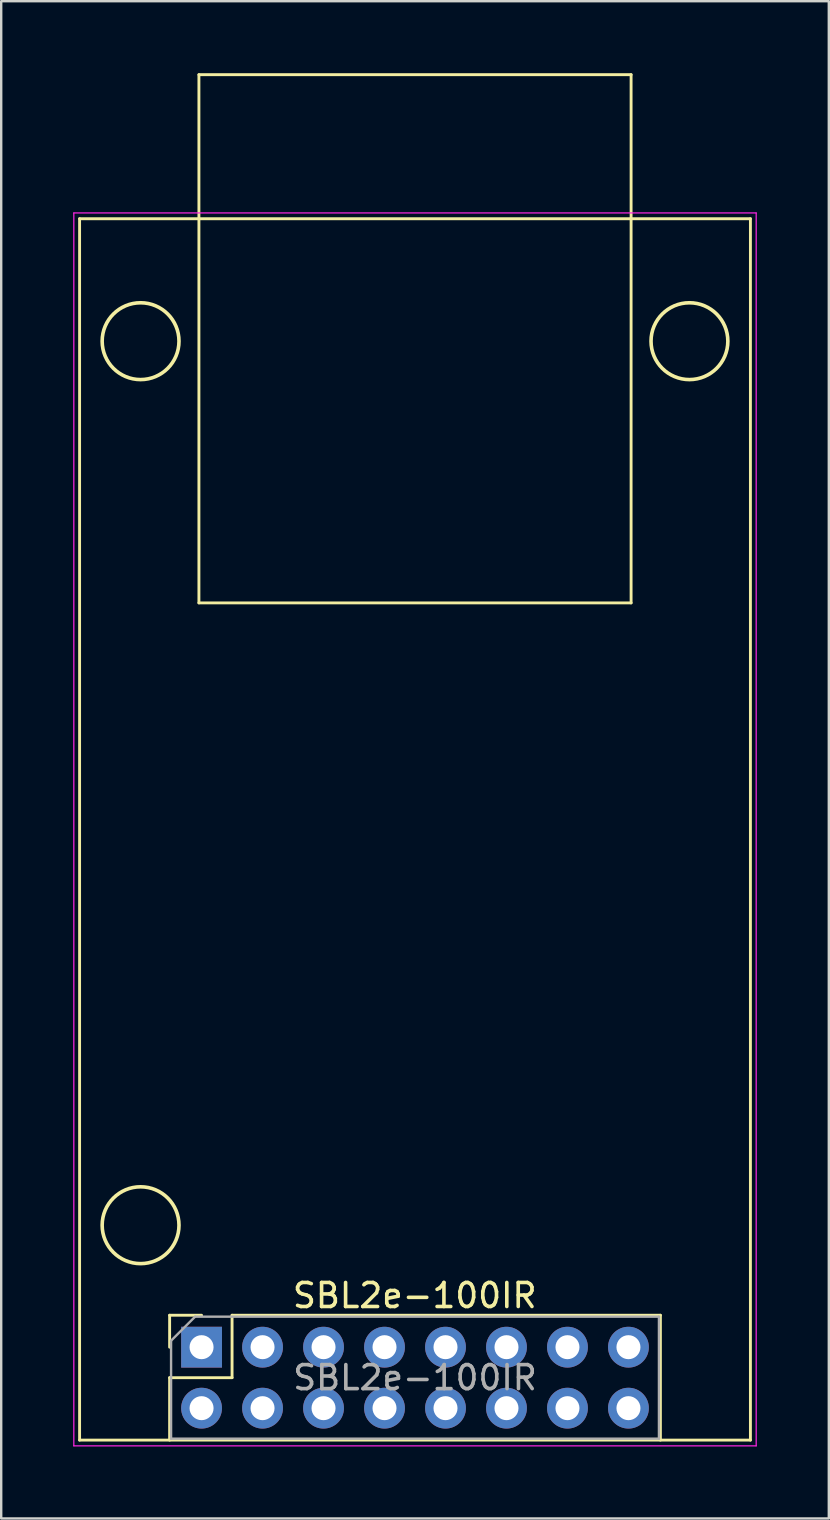
<source format=kicad_pcb>
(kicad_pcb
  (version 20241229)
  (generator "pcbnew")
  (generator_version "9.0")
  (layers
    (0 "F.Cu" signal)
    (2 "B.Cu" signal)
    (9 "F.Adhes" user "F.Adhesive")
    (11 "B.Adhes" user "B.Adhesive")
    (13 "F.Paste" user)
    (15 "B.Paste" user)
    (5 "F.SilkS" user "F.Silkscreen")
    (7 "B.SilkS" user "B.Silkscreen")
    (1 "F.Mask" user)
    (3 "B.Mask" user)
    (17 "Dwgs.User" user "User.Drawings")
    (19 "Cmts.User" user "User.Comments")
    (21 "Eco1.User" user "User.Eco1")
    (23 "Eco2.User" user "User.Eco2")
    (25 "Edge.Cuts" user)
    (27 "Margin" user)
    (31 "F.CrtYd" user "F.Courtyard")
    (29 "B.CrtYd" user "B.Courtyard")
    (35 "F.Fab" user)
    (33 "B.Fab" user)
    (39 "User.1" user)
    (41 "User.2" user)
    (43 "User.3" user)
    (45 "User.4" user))
  (footprint "SBL2e-100IR"
    (layer "F.Cu")
    (at 5.345 6.06)
    (property "Reference" "SBL2e-100IR" (at 8.88 44.85 0) (layer "F.SilkS") (effects (font (size 1 1) (thickness 0.15))))
    (attr through_hole)
    (fp_line (start -5.08 0) (end 22.86 0) (stroke (width 0.12) (type solid)) (layer "F.SilkS"))
    (fp_line (start -5.08 50.87) (end -5.08 0) (stroke (width 0.12) (type solid)) (layer "F.SilkS"))
    (fp_line (start -5.08 50.87) (end 22.86 50.87) (stroke (width 0.12) (type solid)) (layer "F.SilkS"))
    (fp_line (start -1.33 45.67) (end 0 45.67) (stroke (width 0.12) (type solid)) (layer "F.SilkS"))
    (fp_line (start -1.33 47) (end -1.33 45.67) (stroke (width 0.12) (type solid)) (layer "F.SilkS"))
    (fp_line (start -1.33 48.27) (end 1.27 48.27) (stroke (width 0.12) (type solid)) (layer "F.SilkS"))
    (fp_line (start -1.33 50.87) (end -1.33 48.27) (stroke (width 0.12) (type solid)) (layer "F.SilkS"))
    (fp_line (start -0.11 -6) (end 17.89 -6) (stroke (width 0.12) (type solid)) (layer "F.SilkS"))
    (fp_line (start -0.11 16) (end -0.11 -6) (stroke (width 0.12) (type solid)) (layer "F.SilkS"))
    (fp_line (start -0.11 16) (end 17.89 16) (stroke (width 0.12) (type solid)) (layer "F.SilkS"))
    (fp_line (start 1.27 45.67) (end 19.11 45.67) (stroke (width 0.12) (type solid)) (layer "F.SilkS"))
    (fp_line (start 1.27 48.27) (end 1.27 45.67) (stroke (width 0.12) (type solid)) (layer "F.SilkS"))
    (fp_line (start 17.89 16) (end 17.89 -6) (stroke (width 0.12) (type solid)) (layer "F.SilkS"))
    (fp_line (start 19.11 50.87) (end 19.11 45.67) (stroke (width 0.12) (type solid)) (layer "F.SilkS"))
    (fp_line (start 22.86 50.87) (end 22.86 0) (stroke (width 0.12) (type solid)) (layer "F.SilkS"))
    (fp_circle (center -2.54 5.1) (end -0.94 5.1) (stroke (width 0.15) (type solid)) (fill no) (layer "F.SilkS"))
    (fp_circle (center -2.54 41.92) (end -0.94 41.92) (stroke (width 0.15) (type solid)) (fill no) (layer "F.SilkS"))
    (fp_circle (center 20.32 5.1) (end 21.92 5.1) (stroke (width 0.15) (type solid)) (fill no) (layer "F.SilkS"))
    (fp_line (start -5.32 51.11) (end -5.32 -0.24) (stroke (width 0.05) (type solid)) (layer "F.CrtYd"))
    (fp_line (start 23.1 -0.24) (end -5.32 -0.24) (stroke (width 0.05) (type solid)) (layer "F.CrtYd"))
    (fp_line (start 23.1 51.11) (end -5.32 51.11) (stroke (width 0.05) (type solid)) (layer "F.CrtYd"))
    (fp_line (start 23.1 51.11) (end 23.1 -0.24) (stroke (width 0.05) (type solid)) (layer "F.CrtYd"))
    (fp_line (start -1.27 46.73) (end -0.27 45.73) (stroke (width 0.1) (type solid)) (layer "F.Fab"))
    (fp_line (start -1.27 50.81) (end -1.27 46.73) (stroke (width 0.1) (type solid)) (layer "F.Fab"))
    (fp_line (start -0.27 45.73) (end 19.05 45.73) (stroke (width 0.1) (type solid)) (layer "F.Fab"))
    (fp_line (start 19.05 45.73) (end 19.05 50.81) (stroke (width 0.1) (type solid)) (layer "F.Fab"))
    (fp_line (start 19.05 50.81) (end -1.27 50.81) (stroke (width 0.1) (type solid)) (layer "F.Fab"))
    (fp_text user "${REFERENCE}" (at 8.89 48.27 180) (layer "F.Fab") (effects (font (size 1 1) (thickness 0.15))))
    (pad "1" thru_hole rect (at 0 47 90) (size 1.7 1.7) (drill 1) (layers "*.Cu" "*.Mask"))
    (pad "2" thru_hole oval (at 0 49.54 90) (size 1.7 1.7) (drill 1) (layers "*.Cu" "*.Mask"))
    (pad "3" thru_hole oval (at 2.54 47 90) (size 1.7 1.7) (drill 1) (layers "*.Cu" "*.Mask"))
    (pad "4" thru_hole oval (at 2.54 49.54 90) (size 1.7 1.7) (drill 1) (layers "*.Cu" "*.Mask"))
    (pad "5" thru_hole oval (at 5.08 47 90) (size 1.7 1.7) (drill 1) (layers "*.Cu" "*.Mask"))
    (pad "6" thru_hole oval (at 5.08 49.54 90) (size 1.7 1.7) (drill 1) (layers "*.Cu" "*.Mask"))
    (pad "7" thru_hole oval (at 7.62 47 90) (size 1.7 1.7) (drill 1) (layers "*.Cu" "*.Mask"))
    (pad "8" thru_hole oval (at 7.62 49.54 90) (size 1.7 1.7) (drill 1) (layers "*.Cu" "*.Mask"))
    (pad "9" thru_hole oval (at 10.16 47 90) (size 1.7 1.7) (drill 1) (layers "*.Cu" "*.Mask"))
    (pad "10" thru_hole oval (at 10.16 49.54 90) (size 1.7 1.7) (drill 1) (layers "*.Cu" "*.Mask"))
    (pad "11" thru_hole oval (at 12.7 47 90) (size 1.7 1.7) (drill 1) (layers "*.Cu" "*.Mask"))
    (pad "12" thru_hole oval (at 12.7 49.54 90) (size 1.7 1.7) (drill 1) (layers "*.Cu" "*.Mask"))
    (pad "13" thru_hole oval (at 15.24 47 90) (size 1.7 1.7) (drill 1) (layers "*.Cu" "*.Mask"))
    (pad "14" thru_hole oval (at 15.24 49.54 90) (size 1.7 1.7) (drill 1) (layers "*.Cu" "*.Mask"))
    (pad "15" thru_hole oval (at 17.78 47 90) (size 1.7 1.7) (drill 1) (layers "*.Cu" "*.Mask"))
    (pad "16" thru_hole oval (at 17.78 49.54 90) (size 1.7 1.7) (drill 1) (layers "*.Cu" "*.Mask")))
  (gr_rect
    (start -3 -3)
    (end 31.47 60.195)
    (stroke (width 0.1) (type default))
    (fill no)
    (layer "Edge.Cuts")))
</source>
